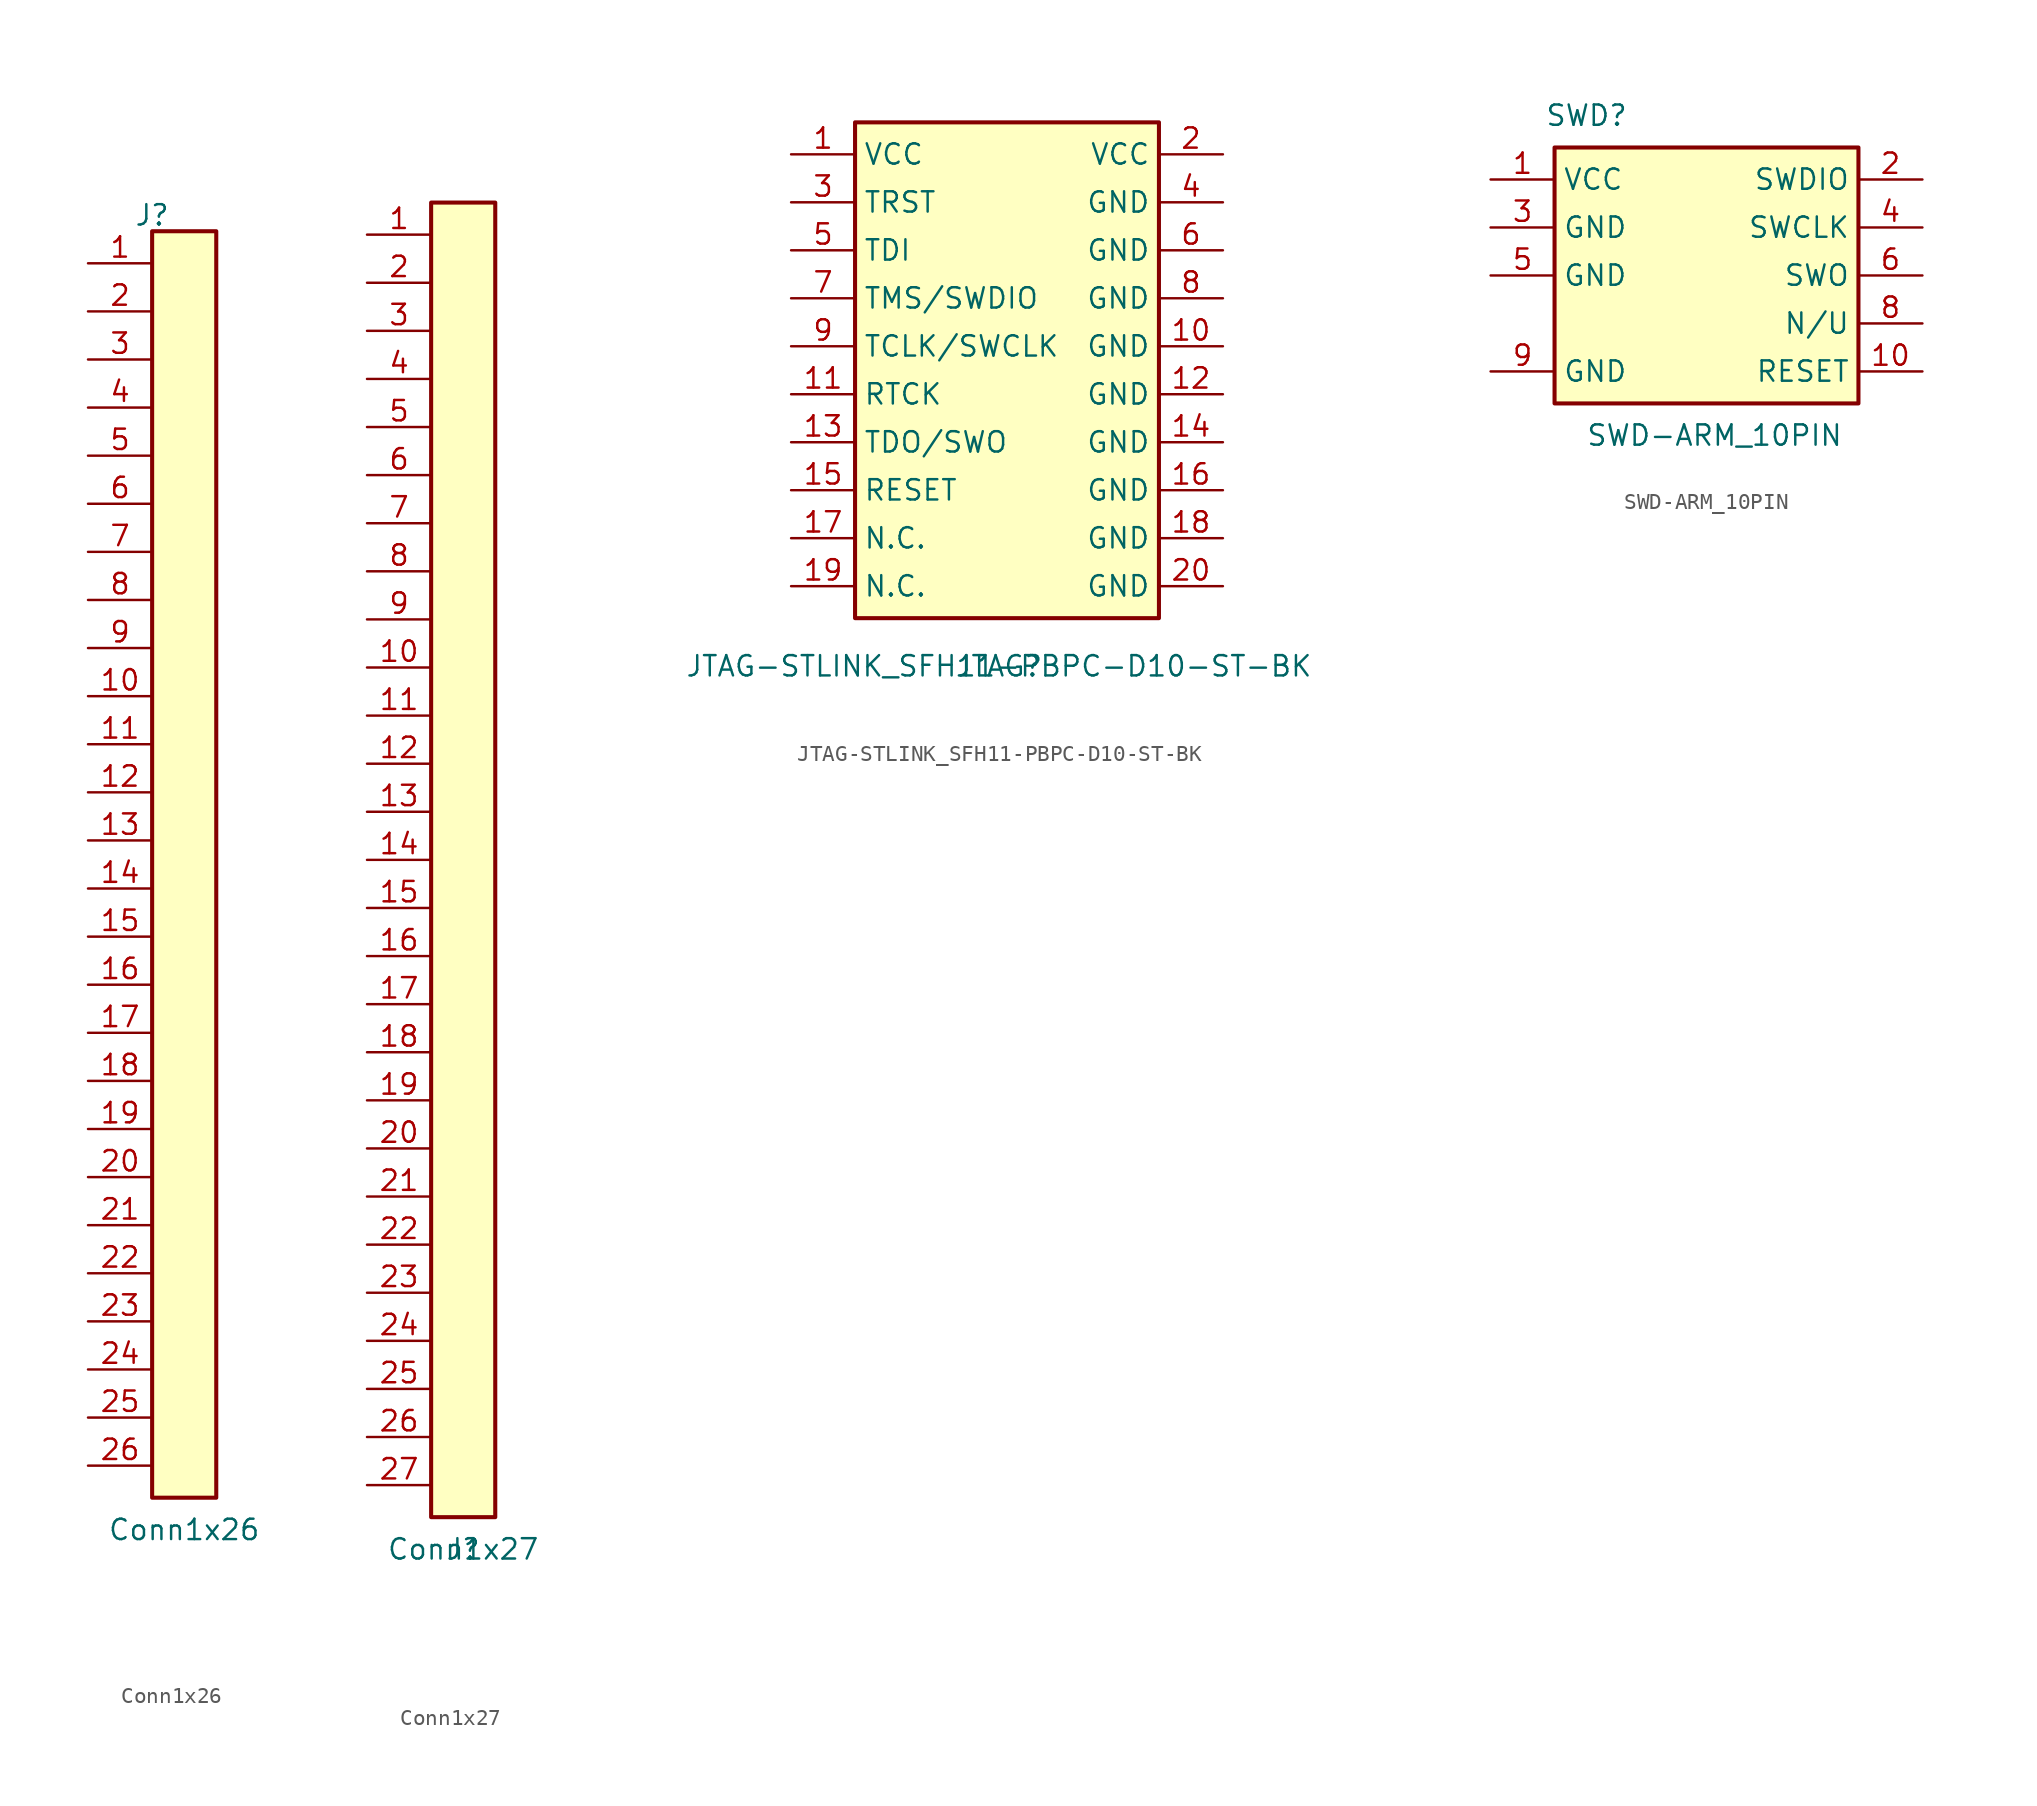
<source format=kicad_sym>
(kicad_symbol_lib
  (version 20211014)
  (generator kicad_symbol_editor)
  (symbol "Conn1x26"
    (pin_names hide)
    (property "Reference" "J"
      (at -2 68 0)
      (effects (font (size 1.27 1.27))))
    (property "Value" "Conn1x26"
      (at 0 -14 0)
      (effects (font (size 1.27 1.27))))
    (symbol "Conn1x26_1_1"
      (rectangle (start -2 67) (end 2 -12) (stroke (width 0.254) (type default) (color 0 0 0 0)) (fill (type background)))
      (pin passive line (at -6 65 0) (length 4) (name "Pin_1" (effects (font (size 1.27 1.27)))) (number "1" (effects (font (size 1.27 1.27)))))
      (pin passive line (at -6 38 0) (length 4) (name "Pin_10" (effects (font (size 1.27 1.27)))) (number "10" (effects (font (size 1.27 1.27)))))
      (pin passive line (at -6 35 0) (length 4) (name "Pin_11" (effects (font (size 1.27 1.27)))) (number "11" (effects (font (size 1.27 1.27)))))
      (pin passive line (at -6 32 0) (length 4) (name "Pin_12" (effects (font (size 1.27 1.27)))) (number "12" (effects (font (size 1.27 1.27)))))
      (pin passive line (at -6 29 0) (length 4) (name "Pin_13" (effects (font (size 1.27 1.27)))) (number "13" (effects (font (size 1.27 1.27)))))
      (pin passive line (at -6 26 0) (length 4) (name "Pin_14" (effects (font (size 1.27 1.27)))) (number "14" (effects (font (size 1.27 1.27)))))
      (pin passive line (at -6 23 0) (length 4) (name "Pin_15" (effects (font (size 1.27 1.27)))) (number "15" (effects (font (size 1.27 1.27)))))
      (pin passive line (at -6 20 0) (length 4) (name "Pin_16" (effects (font (size 1.27 1.27)))) (number "16" (effects (font (size 1.27 1.27)))))
      (pin passive line (at -6 17 0) (length 4) (name "Pin_17" (effects (font (size 1.27 1.27)))) (number "17" (effects (font (size 1.27 1.27)))))
      (pin passive line (at -6 14 0) (length 4) (name "Pin_18" (effects (font (size 1.27 1.27)))) (number "18" (effects (font (size 1.27 1.27)))))
      (pin passive line (at -6 11 0) (length 4) (name "Pin_19" (effects (font (size 1.27 1.27)))) (number "19" (effects (font (size 1.27 1.27)))))
      (pin passive line (at -6 62 0) (length 4) (name "Pin_2" (effects (font (size 1.27 1.27)))) (number "2" (effects (font (size 1.27 1.27)))))
      (pin passive line (at -6 8 0) (length 4) (name "Pin_20" (effects (font (size 1.27 1.27)))) (number "20" (effects (font (size 1.27 1.27)))))
      (pin passive line (at -6 5 0) (length 4) (name "Pin_21" (effects (font (size 1.27 1.27)))) (number "21" (effects (font (size 1.27 1.27)))))
      (pin passive line (at -6 2 0) (length 4) (name "Pin_22" (effects (font (size 1.27 1.27)))) (number "22" (effects (font (size 1.27 1.27)))))
      (pin passive line (at -6 -1 0) (length 4) (name "Pin_23" (effects (font (size 1.27 1.27)))) (number "23" (effects (font (size 1.27 1.27)))))
      (pin passive line (at -6 -4 0) (length 4) (name "Pin_24" (effects (font (size 1.27 1.27)))) (number "24" (effects (font (size 1.27 1.27)))))
      (pin passive line (at -6 -7 0) (length 4) (name "Pin_25" (effects (font (size 1.27 1.27)))) (number "25" (effects (font (size 1.27 1.27)))))
      (pin passive line (at -6 -10 0) (length 4) (name "Pin_26" (effects (font (size 1.27 1.27)))) (number "26" (effects (font (size 1.27 1.27)))))
      (pin passive line (at -6 59 0) (length 4) (name "Pin_3" (effects (font (size 1.27 1.27)))) (number "3" (effects (font (size 1.27 1.27)))))
      (pin passive line (at -6 56 0) (length 4) (name "Pin_4" (effects (font (size 1.27 1.27)))) (number "4" (effects (font (size 1.27 1.27)))))
      (pin passive line (at -6 53 0) (length 4) (name "Pin_5" (effects (font (size 1.27 1.27)))) (number "5" (effects (font (size 1.27 1.27)))))
      (pin passive line (at -6 50 0) (length 4) (name "Pin_6" (effects (font (size 1.27 1.27)))) (number "6" (effects (font (size 1.27 1.27)))))
      (pin passive line (at -6 47 0) (length 4) (name "Pin_7" (effects (font (size 1.27 1.27)))) (number "7" (effects (font (size 1.27 1.27)))))
      (pin passive line (at -6 44 0) (length 4) (name "Pin_8" (effects (font (size 1.27 1.27)))) (number "8" (effects (font (size 1.27 1.27)))))
      (pin passive line (at -6 41 0) (length 4) (name "Pin_9" (effects (font (size 1.27 1.27)))) (number "9" (effects (font (size 1.27 1.27)))))))
  (symbol "Conn1x27"
    (pin_names hide)
    (property "Reference" "J"
      (at 0 0 0)
      (effects (font (size 1.27 1.27))))
    (property "Value" "Conn1x27"
      (at 0 0 0)
      (effects (font (size 1.27 1.27))))
    (symbol "Conn1x27_1_1"
      (rectangle (start -2 84) (end 2 2) (stroke (width 0.254) (type default) (color 0 0 0 0)) (fill (type background)))
      (pin passive line (at -6 82 0) (length 4) (name "Pin_1" (effects (font (size 1.27 1.27)))) (number "1" (effects (font (size 1.27 1.27)))))
      (pin passive line (at -6 55 0) (length 4) (name "Pin_10" (effects (font (size 1.27 1.27)))) (number "10" (effects (font (size 1.27 1.27)))))
      (pin passive line (at -6 52 0) (length 4) (name "Pin_11" (effects (font (size 1.27 1.27)))) (number "11" (effects (font (size 1.27 1.27)))))
      (pin passive line (at -6 49 0) (length 4) (name "Pin_12" (effects (font (size 1.27 1.27)))) (number "12" (effects (font (size 1.27 1.27)))))
      (pin passive line (at -6 46 0) (length 4) (name "Pin_13" (effects (font (size 1.27 1.27)))) (number "13" (effects (font (size 1.27 1.27)))))
      (pin passive line (at -6 43 0) (length 4) (name "Pin_14" (effects (font (size 1.27 1.27)))) (number "14" (effects (font (size 1.27 1.27)))))
      (pin passive line (at -6 40 0) (length 4) (name "Pin_15" (effects (font (size 1.27 1.27)))) (number "15" (effects (font (size 1.27 1.27)))))
      (pin passive line (at -6 37 0) (length 4) (name "Pin_16" (effects (font (size 1.27 1.27)))) (number "16" (effects (font (size 1.27 1.27)))))
      (pin passive line (at -6 34 0) (length 4) (name "Pin_17" (effects (font (size 1.27 1.27)))) (number "17" (effects (font (size 1.27 1.27)))))
      (pin passive line (at -6 31 0) (length 4) (name "Pin_18" (effects (font (size 1.27 1.27)))) (number "18" (effects (font (size 1.27 1.27)))))
      (pin passive line (at -6 28 0) (length 4) (name "Pin_19" (effects (font (size 1.27 1.27)))) (number "19" (effects (font (size 1.27 1.27)))))
      (pin passive line (at -6 79 0) (length 4) (name "Pin_2" (effects (font (size 1.27 1.27)))) (number "2" (effects (font (size 1.27 1.27)))))
      (pin passive line (at -6 25 0) (length 4) (name "Pin_20" (effects (font (size 1.27 1.27)))) (number "20" (effects (font (size 1.27 1.27)))))
      (pin passive line (at -6 22 0) (length 4) (name "Pin_21" (effects (font (size 1.27 1.27)))) (number "21" (effects (font (size 1.27 1.27)))))
      (pin passive line (at -6 19 0) (length 4) (name "Pin_22" (effects (font (size 1.27 1.27)))) (number "22" (effects (font (size 1.27 1.27)))))
      (pin passive line (at -6 16 0) (length 4) (name "Pin_23" (effects (font (size 1.27 1.27)))) (number "23" (effects (font (size 1.27 1.27)))))
      (pin passive line (at -6 13 0) (length 4) (name "Pin_24" (effects (font (size 1.27 1.27)))) (number "24" (effects (font (size 1.27 1.27)))))
      (pin passive line (at -6 10 0) (length 4) (name "Pin_25" (effects (font (size 1.27 1.27)))) (number "25" (effects (font (size 1.27 1.27)))))
      (pin passive line (at -6 7 0) (length 4) (name "Pin_26" (effects (font (size 1.27 1.27)))) (number "26" (effects (font (size 1.27 1.27)))))
      (pin passive line (at -6 4 0) (length 4) (name "Pin_27" (effects (font (size 1.27 1.27)))) (number "27" (effects (font (size 1.27 1.27)))))
      (pin passive line (at -6 76 0) (length 4) (name "Pin_3" (effects (font (size 1.27 1.27)))) (number "3" (effects (font (size 1.27 1.27)))))
      (pin passive line (at -6 73 0) (length 4) (name "Pin_4" (effects (font (size 1.27 1.27)))) (number "4" (effects (font (size 1.27 1.27)))))
      (pin passive line (at -6 70 0) (length 4) (name "Pin_5" (effects (font (size 1.27 1.27)))) (number "5" (effects (font (size 1.27 1.27)))))
      (pin passive line (at -6 67 0) (length 4) (name "Pin_6" (effects (font (size 1.27 1.27)))) (number "6" (effects (font (size 1.27 1.27)))))
      (pin passive line (at -6 64 0) (length 4) (name "Pin_7" (effects (font (size 1.27 1.27)))) (number "7" (effects (font (size 1.27 1.27)))))
      (pin passive line (at -6 61 0) (length 4) (name "Pin_8" (effects (font (size 1.27 1.27)))) (number "8" (effects (font (size 1.27 1.27)))))
      (pin passive line (at -6 58 0) (length 4) (name "Pin_9" (effects (font (size 1.27 1.27)))) (number "9" (effects (font (size 1.27 1.27)))))))
  (symbol "JTAG-STLINK_SFH11-PBPC-D10-ST-BK"
    (property "Reference" "JTAG"
      (at 0 0 0)
      (effects (font (size 1.27 1.27))))
    (property "Value" "JTAG-STLINK_SFH11-PBPC-D10-ST-BK"
      (at 0 0 0)
      (effects (font (size 1.27 1.27))))
    (symbol "JTAG-STLINK_SFH11-PBPC-D10-ST-BK_1_1"
      (rectangle (start -9 34) (end 10 3) (stroke (width 0.254) (type default) (color 0 0 0 0)) (fill (type background)))
      (pin passive line (at -13 32 0) (length 4) (name "VCC" (effects (font (size 1.27 1.27)))) (number "1" (effects (font (size 1.27 1.27)))))
      (pin passive line (at 14 20 180) (length 4) (name "GND" (effects (font (size 1.27 1.27)))) (number "10" (effects (font (size 1.27 1.27)))))
      (pin passive line (at -13 17 0) (length 4) (name "RTCK" (effects (font (size 1.27 1.27)))) (number "11" (effects (font (size 1.27 1.27)))))
      (pin passive line (at 14 17 180) (length 4) (name "GND" (effects (font (size 1.27 1.27)))) (number "12" (effects (font (size 1.27 1.27)))))
      (pin passive line (at -13 14 0) (length 4) (name "TDO/SWO" (effects (font (size 1.27 1.27)))) (number "13" (effects (font (size 1.27 1.27)))))
      (pin passive line (at 14 14 180) (length 4) (name "GND" (effects (font (size 1.27 1.27)))) (number "14" (effects (font (size 1.27 1.27)))))
      (pin passive line (at -13 11 0) (length 4) (name "RESET" (effects (font (size 1.27 1.27)))) (number "15" (effects (font (size 1.27 1.27)))))
      (pin passive line (at 14 11 180) (length 4) (name "GND" (effects (font (size 1.27 1.27)))) (number "16" (effects (font (size 1.27 1.27)))))
      (pin passive line (at -13 8 0) (length 4) (name "N.C." (effects (font (size 1.27 1.27)))) (number "17" (effects (font (size 1.27 1.27)))))
      (pin passive line (at 14 8 180) (length 4) (name "GND" (effects (font (size 1.27 1.27)))) (number "18" (effects (font (size 1.27 1.27)))))
      (pin passive line (at -13 5 0) (length 4) (name "N.C." (effects (font (size 1.27 1.27)))) (number "19" (effects (font (size 1.27 1.27)))))
      (pin passive line (at 14 32 180) (length 4) (name "VCC" (effects (font (size 1.27 1.27)))) (number "2" (effects (font (size 1.27 1.27)))))
      (pin passive line (at 14 5 180) (length 4) (name "GND" (effects (font (size 1.27 1.27)))) (number "20" (effects (font (size 1.27 1.27)))))
      (pin passive line (at -13 29 0) (length 4) (name "TRST" (effects (font (size 1.27 1.27)))) (number "3" (effects (font (size 1.27 1.27)))))
      (pin passive line (at 14 29 180) (length 4) (name "GND" (effects (font (size 1.27 1.27)))) (number "4" (effects (font (size 1.27 1.27)))))
      (pin passive line (at -13 26 0) (length 4) (name "TDI" (effects (font (size 1.27 1.27)))) (number "5" (effects (font (size 1.27 1.27)))))
      (pin passive line (at 14 26 180) (length 4) (name "GND" (effects (font (size 1.27 1.27)))) (number "6" (effects (font (size 1.27 1.27)))))
      (pin passive line (at -13 23 0) (length 4) (name "TMS/SWDIO" (effects (font (size 1.27 1.27)))) (number "7" (effects (font (size 1.27 1.27)))))
      (pin passive line (at 14 23 180) (length 4) (name "GND" (effects (font (size 1.27 1.27)))) (number "8" (effects (font (size 1.27 1.27)))))
      (pin passive line (at -13 20 0) (length 4) (name "TCLK/SWCLK" (effects (font (size 1.27 1.27)))) (number "9" (effects (font (size 1.27 1.27)))))))
  (symbol "SWD-ARM_10PIN"
    (property "Reference" "SWD"
      (at -10 -3 0)
      (effects (font (size 1.27 1.27))))
    (property "Value" "SWD-ARM_10PIN"
      (at -2 -23 0)
      (effects (font (size 1.27 1.27))))
    (symbol "SWD-ARM_10PIN_1_1"
      (rectangle (start -12 -5) (end 7 -21) (stroke (width 0.254) (type default) (color 0 0 0 0)) (fill (type background)))
      (pin passive line (at -16 -7 0) (length 4) (name "VCC" (effects (font (size 1.27 1.27)))) (number "1" (effects (font (size 1.27 1.27)))))
      (pin passive line (at 11 -19 180) (length 4) (name "RESET" (effects (font (size 1.27 1.27)))) (number "10" (effects (font (size 1.27 1.27)))))
      (pin passive line (at 11 -7 180) (length 4) (name "SWDIO" (effects (font (size 1.27 1.27)))) (number "2" (effects (font (size 1.27 1.27)))))
      (pin passive line (at -16 -10 0) (length 4) (name "GND" (effects (font (size 1.27 1.27)))) (number "3" (effects (font (size 1.27 1.27)))))
      (pin passive line (at 11 -10 180) (length 4) (name "SWCLK" (effects (font (size 1.27 1.27)))) (number "4" (effects (font (size 1.27 1.27)))))
      (pin passive line (at -16 -13 0) (length 4) (name "GND" (effects (font (size 1.27 1.27)))) (number "5" (effects (font (size 1.27 1.27)))))
      (pin passive line (at 11 -13 180) (length 4) (name "SWO" (effects (font (size 1.27 1.27)))) (number "6" (effects (font (size 1.27 1.27)))))
      (pin passive line (at 11 -16 180) (length 4) (name "N/U" (effects (font (size 1.27 1.27)))) (number "8" (effects (font (size 1.27 1.27)))))
      (pin passive line (at -16 -19 0) (length 4) (name "GND" (effects (font (size 1.27 1.27)))) (number "9" (effects (font (size 1.27 1.27))))))))
</source>
